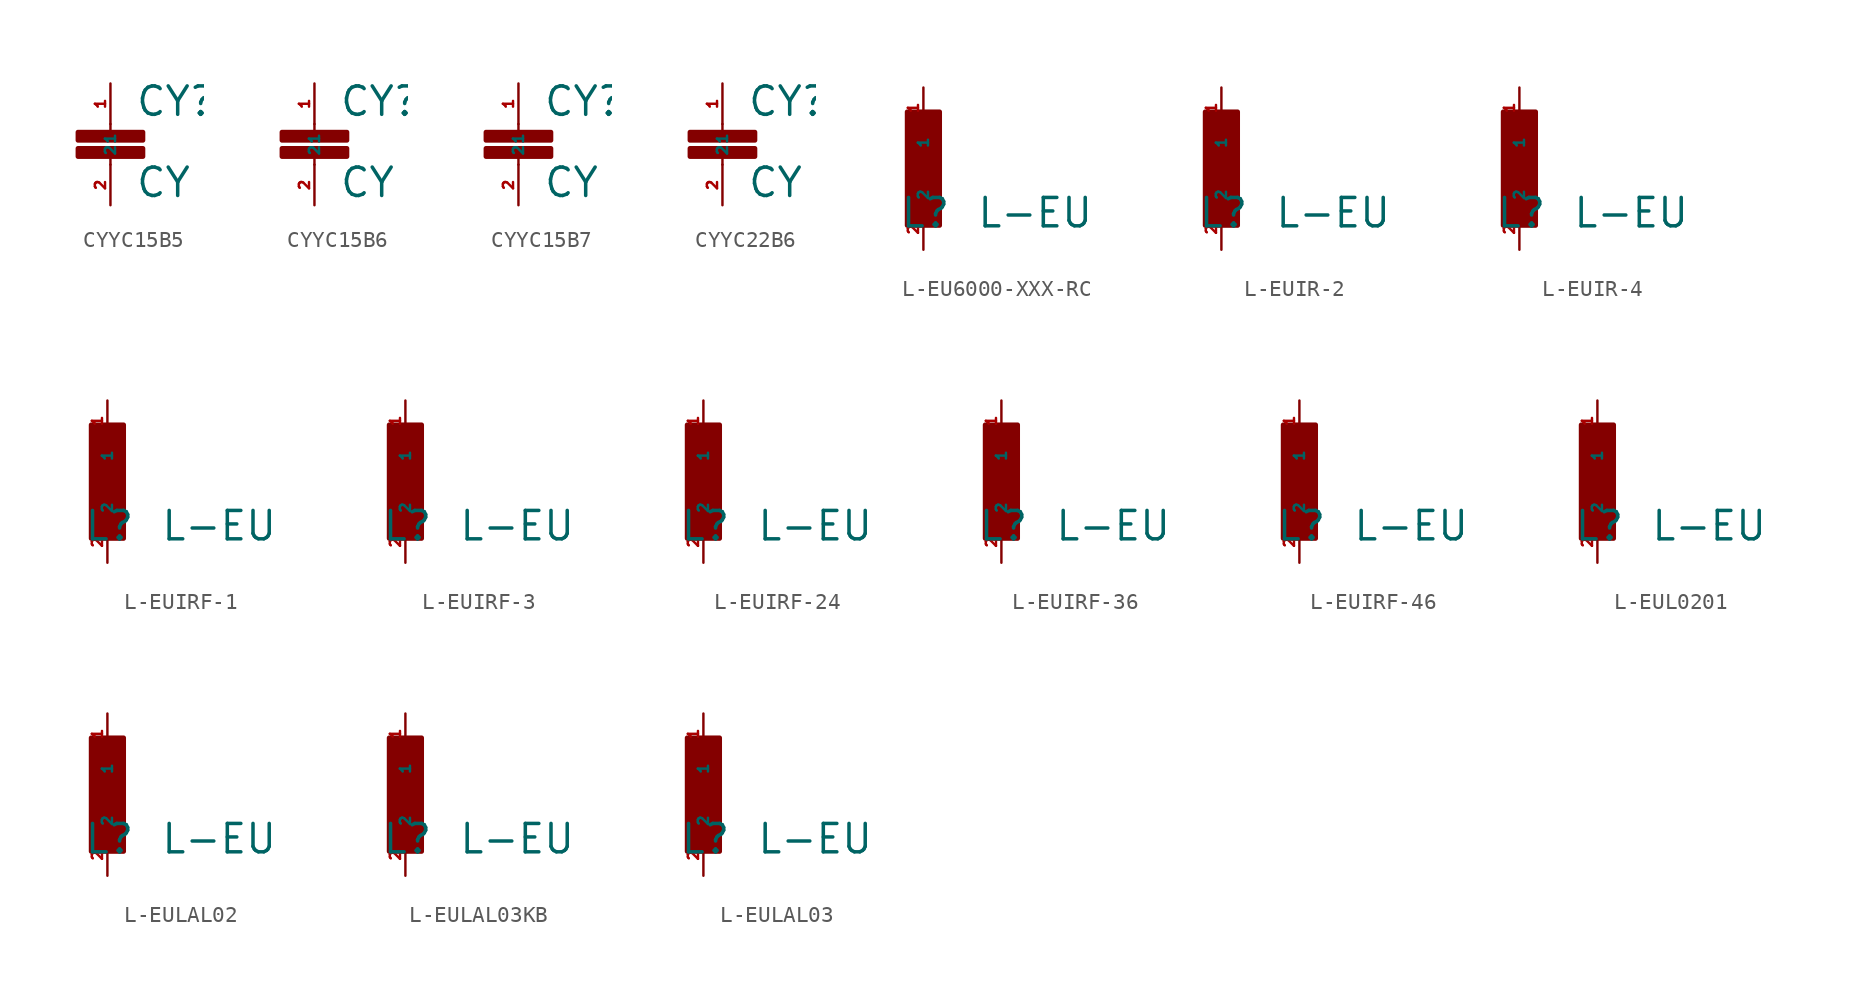
<source format=kicad_sym>
(kicad_symbol_lib
  (version 20220914)
  (generator Eagle2Kicad)
  (symbol "CYYC15B5"
    (property "Reference" "CY"
      (at 1.524 0.381 0)
      (effects (font (size 1.778 1.778) (thickness 0.22)) (justify left bottom)))
    (property "Value" "CY"
      (at 1.524 -4.699 0)
      (effects (font (size 1.778 1.778) (thickness 0.22)) (justify left bottom)))
    (polyline
      (pts (xy 0 0) (xy 0 -0.508))
      (stroke (width 0.152) (type default))
      (fill (type none)))
    (polyline
      (pts (xy 0 -2.54) (xy 0 -2.032))
      (stroke (width 0.152) (type default))
      (fill (type none)))
    (rectangle
      (start -2.032 -2.032)
      (end 2.032 -1.524)
      (stroke (width 0.3) (type default))
      (fill (type outline)))
    (rectangle
      (start -2.032 -1.016)
      (end 2.032 -0.508)
      (stroke (width 0.3) (type default))
      (fill (type outline)))
    (pin passive line
      (at 0 2.54 270)
      (length 2.54)
      (name "1" (effects (font (size 0.635 0.635) (thickness 0.08)) (justify left bottom)))
      (number "1" (effects (font (size 0.635 0.635) (thickness 0.08)) (justify left bottom))))
    (pin passive line
      (at 0 -5.08 90)
      (length 2.54)
      (name "2" (effects (font (size 0.635 0.635) (thickness 0.08)) (justify left bottom)))
      (number "2" (effects (font (size 0.635 0.635) (thickness 0.08)) (justify left bottom)))))
  (symbol "CYYC15B6"
    (property "Reference" "CY"
      (at 1.524 0.381 0)
      (effects (font (size 1.778 1.778) (thickness 0.22)) (justify left bottom)))
    (property "Value" "CY"
      (at 1.524 -4.699 0)
      (effects (font (size 1.778 1.778) (thickness 0.22)) (justify left bottom)))
    (polyline
      (pts (xy 0 0) (xy 0 -0.508))
      (stroke (width 0.152) (type default))
      (fill (type none)))
    (polyline
      (pts (xy 0 -2.54) (xy 0 -2.032))
      (stroke (width 0.152) (type default))
      (fill (type none)))
    (rectangle
      (start -2.032 -2.032)
      (end 2.032 -1.524)
      (stroke (width 0.3) (type default))
      (fill (type outline)))
    (rectangle
      (start -2.032 -1.016)
      (end 2.032 -0.508)
      (stroke (width 0.3) (type default))
      (fill (type outline)))
    (pin passive line
      (at 0 2.54 270)
      (length 2.54)
      (name "1" (effects (font (size 0.635 0.635) (thickness 0.08)) (justify left bottom)))
      (number "1" (effects (font (size 0.635 0.635) (thickness 0.08)) (justify left bottom))))
    (pin passive line
      (at 0 -5.08 90)
      (length 2.54)
      (name "2" (effects (font (size 0.635 0.635) (thickness 0.08)) (justify left bottom)))
      (number "2" (effects (font (size 0.635 0.635) (thickness 0.08)) (justify left bottom)))))
  (symbol "CYYC15B7"
    (property "Reference" "CY"
      (at 1.524 0.381 0)
      (effects (font (size 1.778 1.778) (thickness 0.22)) (justify left bottom)))
    (property "Value" "CY"
      (at 1.524 -4.699 0)
      (effects (font (size 1.778 1.778) (thickness 0.22)) (justify left bottom)))
    (polyline
      (pts (xy 0 0) (xy 0 -0.508))
      (stroke (width 0.152) (type default))
      (fill (type none)))
    (polyline
      (pts (xy 0 -2.54) (xy 0 -2.032))
      (stroke (width 0.152) (type default))
      (fill (type none)))
    (rectangle
      (start -2.032 -2.032)
      (end 2.032 -1.524)
      (stroke (width 0.3) (type default))
      (fill (type outline)))
    (rectangle
      (start -2.032 -1.016)
      (end 2.032 -0.508)
      (stroke (width 0.3) (type default))
      (fill (type outline)))
    (pin passive line
      (at 0 2.54 270)
      (length 2.54)
      (name "1" (effects (font (size 0.635 0.635) (thickness 0.08)) (justify left bottom)))
      (number "1" (effects (font (size 0.635 0.635) (thickness 0.08)) (justify left bottom))))
    (pin passive line
      (at 0 -5.08 90)
      (length 2.54)
      (name "2" (effects (font (size 0.635 0.635) (thickness 0.08)) (justify left bottom)))
      (number "2" (effects (font (size 0.635 0.635) (thickness 0.08)) (justify left bottom)))))
  (symbol "CYYC22B6"
    (property "Reference" "CY"
      (at 1.524 0.381 0)
      (effects (font (size 1.778 1.778) (thickness 0.22)) (justify left bottom)))
    (property "Value" "CY"
      (at 1.524 -4.699 0)
      (effects (font (size 1.778 1.778) (thickness 0.22)) (justify left bottom)))
    (polyline
      (pts (xy 0 0) (xy 0 -0.508))
      (stroke (width 0.152) (type default))
      (fill (type none)))
    (polyline
      (pts (xy 0 -2.54) (xy 0 -2.032))
      (stroke (width 0.152) (type default))
      (fill (type none)))
    (rectangle
      (start -2.032 -2.032)
      (end 2.032 -1.524)
      (stroke (width 0.3) (type default))
      (fill (type outline)))
    (rectangle
      (start -2.032 -1.016)
      (end 2.032 -0.508)
      (stroke (width 0.3) (type default))
      (fill (type outline)))
    (pin passive line
      (at 0 2.54 270)
      (length 2.54)
      (name "1" (effects (font (size 0.635 0.635) (thickness 0.08)) (justify left bottom)))
      (number "1" (effects (font (size 0.635 0.635) (thickness 0.08)) (justify left bottom))))
    (pin passive line
      (at 0 -5.08 90)
      (length 2.54)
      (name "2" (effects (font (size 0.635 0.635) (thickness 0.08)) (justify left bottom)))
      (number "2" (effects (font (size 0.635 0.635) (thickness 0.08)) (justify left bottom)))))
  (symbol "L-EU6000-XXX-RC"
    (property "Reference" "L"
      (at -1.499 -3.81 0)
      (effects (font (size 1.778 1.778) (thickness 0.22)) (justify left bottom)))
    (property "Value" "L-EU"
      (at 3.302 -3.81 0)
      (effects (font (size 1.778 1.778) (thickness 0.22)) (justify left bottom)))
    (rectangle
      (start -1.016 -3.556)
      (end 1.016 3.556)
      (stroke (width 0.3) (type default))
      (fill (type outline)))
    (pin passive line
      (at 0 -5.08 90)
      (length 2.54)
      (name "2" (effects (font (size 0.635 0.635) (thickness 0.08)) (justify left bottom)))
      (number "2" (effects (font (size 0.635 0.635) (thickness 0.08)) (justify left bottom))))
    (pin passive line
      (at 0 5.08 270)
      (length 2.54)
      (name "1" (effects (font (size 0.635 0.635) (thickness 0.08)) (justify left bottom)))
      (number "1" (effects (font (size 0.635 0.635) (thickness 0.08)) (justify left bottom)))))
  (symbol "L-EUIR-2"
    (property "Reference" "L"
      (at -1.499 -3.81 0)
      (effects (font (size 1.778 1.778) (thickness 0.22)) (justify left bottom)))
    (property "Value" "L-EU"
      (at 3.302 -3.81 0)
      (effects (font (size 1.778 1.778) (thickness 0.22)) (justify left bottom)))
    (rectangle
      (start -1.016 -3.556)
      (end 1.016 3.556)
      (stroke (width 0.3) (type default))
      (fill (type outline)))
    (pin passive line
      (at 0 -5.08 90)
      (length 2.54)
      (name "2" (effects (font (size 0.635 0.635) (thickness 0.08)) (justify left bottom)))
      (number "2" (effects (font (size 0.635 0.635) (thickness 0.08)) (justify left bottom))))
    (pin passive line
      (at 0 5.08 270)
      (length 2.54)
      (name "1" (effects (font (size 0.635 0.635) (thickness 0.08)) (justify left bottom)))
      (number "1" (effects (font (size 0.635 0.635) (thickness 0.08)) (justify left bottom)))))
  (symbol "L-EUIR-4"
    (property "Reference" "L"
      (at -1.499 -3.81 0)
      (effects (font (size 1.778 1.778) (thickness 0.22)) (justify left bottom)))
    (property "Value" "L-EU"
      (at 3.302 -3.81 0)
      (effects (font (size 1.778 1.778) (thickness 0.22)) (justify left bottom)))
    (rectangle
      (start -1.016 -3.556)
      (end 1.016 3.556)
      (stroke (width 0.3) (type default))
      (fill (type outline)))
    (pin passive line
      (at 0 -5.08 90)
      (length 2.54)
      (name "2" (effects (font (size 0.635 0.635) (thickness 0.08)) (justify left bottom)))
      (number "2" (effects (font (size 0.635 0.635) (thickness 0.08)) (justify left bottom))))
    (pin passive line
      (at 0 5.08 270)
      (length 2.54)
      (name "1" (effects (font (size 0.635 0.635) (thickness 0.08)) (justify left bottom)))
      (number "1" (effects (font (size 0.635 0.635) (thickness 0.08)) (justify left bottom)))))
  (symbol "L-EUIRF-1"
    (property "Reference" "L"
      (at -1.499 -3.81 0)
      (effects (font (size 1.778 1.778) (thickness 0.22)) (justify left bottom)))
    (property "Value" "L-EU"
      (at 3.302 -3.81 0)
      (effects (font (size 1.778 1.778) (thickness 0.22)) (justify left bottom)))
    (rectangle
      (start -1.016 -3.556)
      (end 1.016 3.556)
      (stroke (width 0.3) (type default))
      (fill (type outline)))
    (pin passive line
      (at 0 -5.08 90)
      (length 2.54)
      (name "2" (effects (font (size 0.635 0.635) (thickness 0.08)) (justify left bottom)))
      (number "2" (effects (font (size 0.635 0.635) (thickness 0.08)) (justify left bottom))))
    (pin passive line
      (at 0 5.08 270)
      (length 2.54)
      (name "1" (effects (font (size 0.635 0.635) (thickness 0.08)) (justify left bottom)))
      (number "1" (effects (font (size 0.635 0.635) (thickness 0.08)) (justify left bottom)))))
  (symbol "L-EUIRF-3"
    (property "Reference" "L"
      (at -1.499 -3.81 0)
      (effects (font (size 1.778 1.778) (thickness 0.22)) (justify left bottom)))
    (property "Value" "L-EU"
      (at 3.302 -3.81 0)
      (effects (font (size 1.778 1.778) (thickness 0.22)) (justify left bottom)))
    (rectangle
      (start -1.016 -3.556)
      (end 1.016 3.556)
      (stroke (width 0.3) (type default))
      (fill (type outline)))
    (pin passive line
      (at 0 -5.08 90)
      (length 2.54)
      (name "2" (effects (font (size 0.635 0.635) (thickness 0.08)) (justify left bottom)))
      (number "2" (effects (font (size 0.635 0.635) (thickness 0.08)) (justify left bottom))))
    (pin passive line
      (at 0 5.08 270)
      (length 2.54)
      (name "1" (effects (font (size 0.635 0.635) (thickness 0.08)) (justify left bottom)))
      (number "1" (effects (font (size 0.635 0.635) (thickness 0.08)) (justify left bottom)))))
  (symbol "L-EUIRF-24"
    (property "Reference" "L"
      (at -1.499 -3.81 0)
      (effects (font (size 1.778 1.778) (thickness 0.22)) (justify left bottom)))
    (property "Value" "L-EU"
      (at 3.302 -3.81 0)
      (effects (font (size 1.778 1.778) (thickness 0.22)) (justify left bottom)))
    (rectangle
      (start -1.016 -3.556)
      (end 1.016 3.556)
      (stroke (width 0.3) (type default))
      (fill (type outline)))
    (pin passive line
      (at 0 -5.08 90)
      (length 2.54)
      (name "2" (effects (font (size 0.635 0.635) (thickness 0.08)) (justify left bottom)))
      (number "2" (effects (font (size 0.635 0.635) (thickness 0.08)) (justify left bottom))))
    (pin passive line
      (at 0 5.08 270)
      (length 2.54)
      (name "1" (effects (font (size 0.635 0.635) (thickness 0.08)) (justify left bottom)))
      (number "1" (effects (font (size 0.635 0.635) (thickness 0.08)) (justify left bottom)))))
  (symbol "L-EUIRF-36"
    (property "Reference" "L"
      (at -1.499 -3.81 0)
      (effects (font (size 1.778 1.778) (thickness 0.22)) (justify left bottom)))
    (property "Value" "L-EU"
      (at 3.302 -3.81 0)
      (effects (font (size 1.778 1.778) (thickness 0.22)) (justify left bottom)))
    (rectangle
      (start -1.016 -3.556)
      (end 1.016 3.556)
      (stroke (width 0.3) (type default))
      (fill (type outline)))
    (pin passive line
      (at 0 -5.08 90)
      (length 2.54)
      (name "2" (effects (font (size 0.635 0.635) (thickness 0.08)) (justify left bottom)))
      (number "2" (effects (font (size 0.635 0.635) (thickness 0.08)) (justify left bottom))))
    (pin passive line
      (at 0 5.08 270)
      (length 2.54)
      (name "1" (effects (font (size 0.635 0.635) (thickness 0.08)) (justify left bottom)))
      (number "1" (effects (font (size 0.635 0.635) (thickness 0.08)) (justify left bottom)))))
  (symbol "L-EUIRF-46"
    (property "Reference" "L"
      (at -1.499 -3.81 0)
      (effects (font (size 1.778 1.778) (thickness 0.22)) (justify left bottom)))
    (property "Value" "L-EU"
      (at 3.302 -3.81 0)
      (effects (font (size 1.778 1.778) (thickness 0.22)) (justify left bottom)))
    (rectangle
      (start -1.016 -3.556)
      (end 1.016 3.556)
      (stroke (width 0.3) (type default))
      (fill (type outline)))
    (pin passive line
      (at 0 -5.08 90)
      (length 2.54)
      (name "2" (effects (font (size 0.635 0.635) (thickness 0.08)) (justify left bottom)))
      (number "2" (effects (font (size 0.635 0.635) (thickness 0.08)) (justify left bottom))))
    (pin passive line
      (at 0 5.08 270)
      (length 2.54)
      (name "1" (effects (font (size 0.635 0.635) (thickness 0.08)) (justify left bottom)))
      (number "1" (effects (font (size 0.635 0.635) (thickness 0.08)) (justify left bottom)))))
  (symbol "L-EUL0201"
    (property "Reference" "L"
      (at -1.499 -3.81 0)
      (effects (font (size 1.778 1.778) (thickness 0.22)) (justify left bottom)))
    (property "Value" "L-EU"
      (at 3.302 -3.81 0)
      (effects (font (size 1.778 1.778) (thickness 0.22)) (justify left bottom)))
    (rectangle
      (start -1.016 -3.556)
      (end 1.016 3.556)
      (stroke (width 0.3) (type default))
      (fill (type outline)))
    (pin passive line
      (at 0 -5.08 90)
      (length 2.54)
      (name "2" (effects (font (size 0.635 0.635) (thickness 0.08)) (justify left bottom)))
      (number "2" (effects (font (size 0.635 0.635) (thickness 0.08)) (justify left bottom))))
    (pin passive line
      (at 0 5.08 270)
      (length 2.54)
      (name "1" (effects (font (size 0.635 0.635) (thickness 0.08)) (justify left bottom)))
      (number "1" (effects (font (size 0.635 0.635) (thickness 0.08)) (justify left bottom)))))
  (symbol "L-EULAL02"
    (property "Reference" "L"
      (at -1.499 -3.81 0)
      (effects (font (size 1.778 1.778) (thickness 0.22)) (justify left bottom)))
    (property "Value" "L-EU"
      (at 3.302 -3.81 0)
      (effects (font (size 1.778 1.778) (thickness 0.22)) (justify left bottom)))
    (rectangle
      (start -1.016 -3.556)
      (end 1.016 3.556)
      (stroke (width 0.3) (type default))
      (fill (type outline)))
    (pin passive line
      (at 0 -5.08 90)
      (length 2.54)
      (name "2" (effects (font (size 0.635 0.635) (thickness 0.08)) (justify left bottom)))
      (number "2" (effects (font (size 0.635 0.635) (thickness 0.08)) (justify left bottom))))
    (pin passive line
      (at 0 5.08 270)
      (length 2.54)
      (name "1" (effects (font (size 0.635 0.635) (thickness 0.08)) (justify left bottom)))
      (number "1" (effects (font (size 0.635 0.635) (thickness 0.08)) (justify left bottom)))))
  (symbol "L-EULAL03KB"
    (property "Reference" "L"
      (at -1.499 -3.81 0)
      (effects (font (size 1.778 1.778) (thickness 0.22)) (justify left bottom)))
    (property "Value" "L-EU"
      (at 3.302 -3.81 0)
      (effects (font (size 1.778 1.778) (thickness 0.22)) (justify left bottom)))
    (rectangle
      (start -1.016 -3.556)
      (end 1.016 3.556)
      (stroke (width 0.3) (type default))
      (fill (type outline)))
    (pin passive line
      (at 0 -5.08 90)
      (length 2.54)
      (name "2" (effects (font (size 0.635 0.635) (thickness 0.08)) (justify left bottom)))
      (number "2" (effects (font (size 0.635 0.635) (thickness 0.08)) (justify left bottom))))
    (pin passive line
      (at 0 5.08 270)
      (length 2.54)
      (name "1" (effects (font (size 0.635 0.635) (thickness 0.08)) (justify left bottom)))
      (number "1" (effects (font (size 0.635 0.635) (thickness 0.08)) (justify left bottom)))))
  (symbol "L-EULAL03"
    (property "Reference" "L"
      (at -1.499 -3.81 0)
      (effects (font (size 1.778 1.778) (thickness 0.22)) (justify left bottom)))
    (property "Value" "L-EU"
      (at 3.302 -3.81 0)
      (effects (font (size 1.778 1.778) (thickness 0.22)) (justify left bottom)))
    (rectangle
      (start -1.016 -3.556)
      (end 1.016 3.556)
      (stroke (width 0.3) (type default))
      (fill (type outline)))
    (pin passive line
      (at 0 -5.08 90)
      (length 2.54)
      (name "2" (effects (font (size 0.635 0.635) (thickness 0.08)) (justify left bottom)))
      (number "2" (effects (font (size 0.635 0.635) (thickness 0.08)) (justify left bottom))))
    (pin passive line
      (at 0 5.08 270)
      (length 2.54)
      (name "1" (effects (font (size 0.635 0.635) (thickness 0.08)) (justify left bottom)))
      (number "1" (effects (font (size 0.635 0.635) (thickness 0.08)) (justify left bottom))))))
</source>
